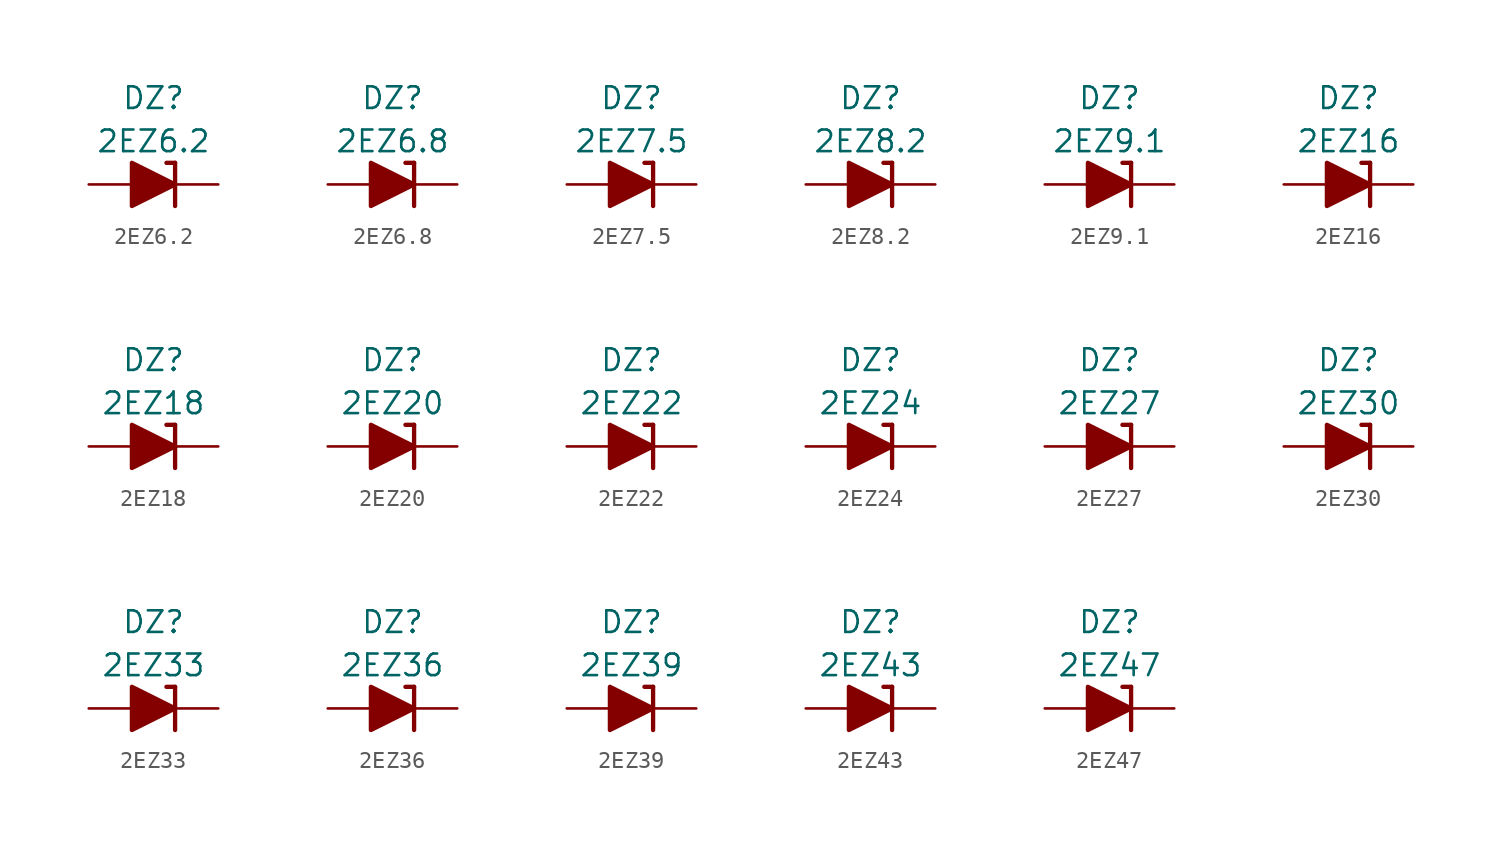
<source format=kicad_sym>
(kicad_symbol_lib
  (version 20201005)
  (generator kicad_symbol_editor)
  (symbol "Diode_Zener_AKL:2EZ6.2"
    (pin_numbers hide)
    (pin_names
      (offset 1.016) hide)
    (property "Reference" "DZ"
      (at 0 5.08 0)
      (effects (font (size 1.27 1.27))))
    (property "Value" "2EZ6.2"
      (at 0 2.54 0)
      (effects (font (size 1.27 1.27))))
    (symbol "2EZ6.2_0_1"
      (polyline (pts (xy -1.27 0) (xy 1.27 0)) (stroke (width 0)) (fill (type none)))
      (polyline (pts (xy 1.27 1.27) (xy 0.762 1.27)) (stroke (width 0.254)) (fill (type none)))
      (polyline (pts (xy 1.27 1.27) (xy 1.27 -1.27)) (stroke (width 0.254)) (fill (type none)))
      (polyline (pts (xy -1.27 -1.27) (xy -1.27 1.27) (xy 1.27 0) (xy -1.27 -1.27)) (stroke (width 0.254)) (fill (type outline))))
    (symbol "2EZ6.2_1_1"
      (pin passive line (at 3.81 0 180) (length 2.54) (name "K" (effects (font (size 1.27 1.27)))) (number "1" (effects (font (size 1.27 1.27)))))
      (pin passive line (at -3.81 0 0) (length 2.54) (name "A" (effects (font (size 1.27 1.27)))) (number "2" (effects (font (size 1.27 1.27)))))))
  (symbol "Diode_Zener_AKL:2EZ6.8"
    (pin_numbers hide)
    (pin_names
      (offset 1.016) hide)
    (property "Reference" "DZ"
      (at 0 5.08 0)
      (effects (font (size 1.27 1.27))))
    (property "Value" "2EZ6.8"
      (at 0 2.54 0)
      (effects (font (size 1.27 1.27))))
    (symbol "2EZ6.8_0_1"
      (polyline (pts (xy -1.27 0) (xy 1.27 0)) (stroke (width 0)) (fill (type none)))
      (polyline (pts (xy 1.27 1.27) (xy 0.762 1.27)) (stroke (width 0.254)) (fill (type none)))
      (polyline (pts (xy 1.27 1.27) (xy 1.27 -1.27)) (stroke (width 0.254)) (fill (type none)))
      (polyline (pts (xy -1.27 -1.27) (xy -1.27 1.27) (xy 1.27 0) (xy -1.27 -1.27)) (stroke (width 0.254)) (fill (type outline))))
    (symbol "2EZ6.8_1_1"
      (pin passive line (at 3.81 0 180) (length 2.54) (name "K" (effects (font (size 1.27 1.27)))) (number "1" (effects (font (size 1.27 1.27)))))
      (pin passive line (at -3.81 0 0) (length 2.54) (name "A" (effects (font (size 1.27 1.27)))) (number "2" (effects (font (size 1.27 1.27)))))))
  (symbol "Diode_Zener_AKL:2EZ7.5"
    (pin_numbers hide)
    (pin_names
      (offset 1.016) hide)
    (property "Reference" "DZ"
      (at 0 5.08 0)
      (effects (font (size 1.27 1.27))))
    (property "Value" "2EZ7.5"
      (at 0 2.54 0)
      (effects (font (size 1.27 1.27))))
    (symbol "2EZ7.5_0_1"
      (polyline (pts (xy -1.27 0) (xy 1.27 0)) (stroke (width 0)) (fill (type none)))
      (polyline (pts (xy 1.27 1.27) (xy 0.762 1.27)) (stroke (width 0.254)) (fill (type none)))
      (polyline (pts (xy 1.27 1.27) (xy 1.27 -1.27)) (stroke (width 0.254)) (fill (type none)))
      (polyline (pts (xy -1.27 -1.27) (xy -1.27 1.27) (xy 1.27 0) (xy -1.27 -1.27)) (stroke (width 0.254)) (fill (type outline))))
    (symbol "2EZ7.5_1_1"
      (pin passive line (at 3.81 0 180) (length 2.54) (name "K" (effects (font (size 1.27 1.27)))) (number "1" (effects (font (size 1.27 1.27)))))
      (pin passive line (at -3.81 0 0) (length 2.54) (name "A" (effects (font (size 1.27 1.27)))) (number "2" (effects (font (size 1.27 1.27)))))))
  (symbol "Diode_Zener_AKL:2EZ8.2"
    (pin_numbers hide)
    (pin_names
      (offset 1.016) hide)
    (property "Reference" "DZ"
      (at 0 5.08 0)
      (effects (font (size 1.27 1.27))))
    (property "Value" "2EZ8.2"
      (at 0 2.54 0)
      (effects (font (size 1.27 1.27))))
    (symbol "2EZ8.2_0_1"
      (polyline (pts (xy -1.27 0) (xy 1.27 0)) (stroke (width 0)) (fill (type none)))
      (polyline (pts (xy 1.27 1.27) (xy 0.762 1.27)) (stroke (width 0.254)) (fill (type none)))
      (polyline (pts (xy 1.27 1.27) (xy 1.27 -1.27)) (stroke (width 0.254)) (fill (type none)))
      (polyline (pts (xy -1.27 -1.27) (xy -1.27 1.27) (xy 1.27 0) (xy -1.27 -1.27)) (stroke (width 0.254)) (fill (type outline))))
    (symbol "2EZ8.2_1_1"
      (pin passive line (at 3.81 0 180) (length 2.54) (name "K" (effects (font (size 1.27 1.27)))) (number "1" (effects (font (size 1.27 1.27)))))
      (pin passive line (at -3.81 0 0) (length 2.54) (name "A" (effects (font (size 1.27 1.27)))) (number "2" (effects (font (size 1.27 1.27)))))))
  (symbol "Diode_Zener_AKL:2EZ9.1"
    (pin_numbers hide)
    (pin_names
      (offset 1.016) hide)
    (property "Reference" "DZ"
      (at 0 5.08 0)
      (effects (font (size 1.27 1.27))))
    (property "Value" "2EZ9.1"
      (at 0 2.54 0)
      (effects (font (size 1.27 1.27))))
    (symbol "2EZ9.1_0_1"
      (polyline (pts (xy -1.27 0) (xy 1.27 0)) (stroke (width 0)) (fill (type none)))
      (polyline (pts (xy 1.27 1.27) (xy 0.762 1.27)) (stroke (width 0.254)) (fill (type none)))
      (polyline (pts (xy 1.27 1.27) (xy 1.27 -1.27)) (stroke (width 0.254)) (fill (type none)))
      (polyline (pts (xy -1.27 -1.27) (xy -1.27 1.27) (xy 1.27 0) (xy -1.27 -1.27)) (stroke (width 0.254)) (fill (type outline))))
    (symbol "2EZ9.1_1_1"
      (pin passive line (at 3.81 0 180) (length 2.54) (name "K" (effects (font (size 1.27 1.27)))) (number "1" (effects (font (size 1.27 1.27)))))
      (pin passive line (at -3.81 0 0) (length 2.54) (name "A" (effects (font (size 1.27 1.27)))) (number "2" (effects (font (size 1.27 1.27)))))))
  (symbol "Diode_Zener_AKL:2EZ16"
    (pin_numbers hide)
    (pin_names
      (offset 1.016) hide)
    (property "Reference" "DZ"
      (at 0 5.08 0)
      (effects (font (size 1.27 1.27))))
    (property "Value" "2EZ16"
      (at 0 2.54 0)
      (effects (font (size 1.27 1.27))))
    (symbol "2EZ16_0_1"
      (polyline (pts (xy -1.27 0) (xy 1.27 0)) (stroke (width 0)) (fill (type none)))
      (polyline (pts (xy 1.27 1.27) (xy 0.762 1.27)) (stroke (width 0.254)) (fill (type none)))
      (polyline (pts (xy 1.27 1.27) (xy 1.27 -1.27)) (stroke (width 0.254)) (fill (type none)))
      (polyline (pts (xy -1.27 -1.27) (xy -1.27 1.27) (xy 1.27 0) (xy -1.27 -1.27)) (stroke (width 0.254)) (fill (type outline))))
    (symbol "2EZ16_1_1"
      (pin passive line (at 3.81 0 180) (length 2.54) (name "K" (effects (font (size 1.27 1.27)))) (number "1" (effects (font (size 1.27 1.27)))))
      (pin passive line (at -3.81 0 0) (length 2.54) (name "A" (effects (font (size 1.27 1.27)))) (number "2" (effects (font (size 1.27 1.27)))))))
  (symbol "Diode_Zener_AKL:2EZ18"
    (pin_numbers hide)
    (pin_names
      (offset 1.016) hide)
    (property "Reference" "DZ"
      (at 0 5.08 0)
      (effects (font (size 1.27 1.27))))
    (property "Value" "2EZ18"
      (at 0 2.54 0)
      (effects (font (size 1.27 1.27))))
    (symbol "2EZ18_0_1"
      (polyline (pts (xy -1.27 0) (xy 1.27 0)) (stroke (width 0)) (fill (type none)))
      (polyline (pts (xy 1.27 1.27) (xy 0.762 1.27)) (stroke (width 0.254)) (fill (type none)))
      (polyline (pts (xy 1.27 1.27) (xy 1.27 -1.27)) (stroke (width 0.254)) (fill (type none)))
      (polyline (pts (xy -1.27 -1.27) (xy -1.27 1.27) (xy 1.27 0) (xy -1.27 -1.27)) (stroke (width 0.254)) (fill (type outline))))
    (symbol "2EZ18_1_1"
      (pin passive line (at 3.81 0 180) (length 2.54) (name "K" (effects (font (size 1.27 1.27)))) (number "1" (effects (font (size 1.27 1.27)))))
      (pin passive line (at -3.81 0 0) (length 2.54) (name "A" (effects (font (size 1.27 1.27)))) (number "2" (effects (font (size 1.27 1.27)))))))
  (symbol "Diode_Zener_AKL:2EZ20"
    (pin_numbers hide)
    (pin_names
      (offset 1.016) hide)
    (property "Reference" "DZ"
      (at 0 5.08 0)
      (effects (font (size 1.27 1.27))))
    (property "Value" "2EZ20"
      (at 0 2.54 0)
      (effects (font (size 1.27 1.27))))
    (symbol "2EZ20_0_1"
      (polyline (pts (xy -1.27 0) (xy 1.27 0)) (stroke (width 0)) (fill (type none)))
      (polyline (pts (xy 1.27 1.27) (xy 0.762 1.27)) (stroke (width 0.254)) (fill (type none)))
      (polyline (pts (xy 1.27 1.27) (xy 1.27 -1.27)) (stroke (width 0.254)) (fill (type none)))
      (polyline (pts (xy -1.27 -1.27) (xy -1.27 1.27) (xy 1.27 0) (xy -1.27 -1.27)) (stroke (width 0.254)) (fill (type outline))))
    (symbol "2EZ20_1_1"
      (pin passive line (at 3.81 0 180) (length 2.54) (name "K" (effects (font (size 1.27 1.27)))) (number "1" (effects (font (size 1.27 1.27)))))
      (pin passive line (at -3.81 0 0) (length 2.54) (name "A" (effects (font (size 1.27 1.27)))) (number "2" (effects (font (size 1.27 1.27)))))))
  (symbol "Diode_Zener_AKL:2EZ22"
    (pin_numbers hide)
    (pin_names
      (offset 1.016) hide)
    (property "Reference" "DZ"
      (at 0 5.08 0)
      (effects (font (size 1.27 1.27))))
    (property "Value" "2EZ22"
      (at 0 2.54 0)
      (effects (font (size 1.27 1.27))))
    (symbol "2EZ22_0_1"
      (polyline (pts (xy -1.27 0) (xy 1.27 0)) (stroke (width 0)) (fill (type none)))
      (polyline (pts (xy 1.27 1.27) (xy 0.762 1.27)) (stroke (width 0.254)) (fill (type none)))
      (polyline (pts (xy 1.27 1.27) (xy 1.27 -1.27)) (stroke (width 0.254)) (fill (type none)))
      (polyline (pts (xy -1.27 -1.27) (xy -1.27 1.27) (xy 1.27 0) (xy -1.27 -1.27)) (stroke (width 0.254)) (fill (type outline))))
    (symbol "2EZ22_1_1"
      (pin passive line (at 3.81 0 180) (length 2.54) (name "K" (effects (font (size 1.27 1.27)))) (number "1" (effects (font (size 1.27 1.27)))))
      (pin passive line (at -3.81 0 0) (length 2.54) (name "A" (effects (font (size 1.27 1.27)))) (number "2" (effects (font (size 1.27 1.27)))))))
  (symbol "Diode_Zener_AKL:2EZ24"
    (pin_numbers hide)
    (pin_names
      (offset 1.016) hide)
    (property "Reference" "DZ"
      (at 0 5.08 0)
      (effects (font (size 1.27 1.27))))
    (property "Value" "2EZ24"
      (at 0 2.54 0)
      (effects (font (size 1.27 1.27))))
    (symbol "2EZ24_0_1"
      (polyline (pts (xy -1.27 0) (xy 1.27 0)) (stroke (width 0)) (fill (type none)))
      (polyline (pts (xy 1.27 1.27) (xy 0.762 1.27)) (stroke (width 0.254)) (fill (type none)))
      (polyline (pts (xy 1.27 1.27) (xy 1.27 -1.27)) (stroke (width 0.254)) (fill (type none)))
      (polyline (pts (xy -1.27 -1.27) (xy -1.27 1.27) (xy 1.27 0) (xy -1.27 -1.27)) (stroke (width 0.254)) (fill (type outline))))
    (symbol "2EZ24_1_1"
      (pin passive line (at 3.81 0 180) (length 2.54) (name "K" (effects (font (size 1.27 1.27)))) (number "1" (effects (font (size 1.27 1.27)))))
      (pin passive line (at -3.81 0 0) (length 2.54) (name "A" (effects (font (size 1.27 1.27)))) (number "2" (effects (font (size 1.27 1.27)))))))
  (symbol "Diode_Zener_AKL:2EZ27"
    (pin_numbers hide)
    (pin_names
      (offset 1.016) hide)
    (property "Reference" "DZ"
      (at 0 5.08 0)
      (effects (font (size 1.27 1.27))))
    (property "Value" "2EZ27"
      (at 0 2.54 0)
      (effects (font (size 1.27 1.27))))
    (symbol "2EZ27_0_1"
      (polyline (pts (xy -1.27 0) (xy 1.27 0)) (stroke (width 0)) (fill (type none)))
      (polyline (pts (xy 1.27 1.27) (xy 0.762 1.27)) (stroke (width 0.254)) (fill (type none)))
      (polyline (pts (xy 1.27 1.27) (xy 1.27 -1.27)) (stroke (width 0.254)) (fill (type none)))
      (polyline (pts (xy -1.27 -1.27) (xy -1.27 1.27) (xy 1.27 0) (xy -1.27 -1.27)) (stroke (width 0.254)) (fill (type outline))))
    (symbol "2EZ27_1_1"
      (pin passive line (at 3.81 0 180) (length 2.54) (name "K" (effects (font (size 1.27 1.27)))) (number "1" (effects (font (size 1.27 1.27)))))
      (pin passive line (at -3.81 0 0) (length 2.54) (name "A" (effects (font (size 1.27 1.27)))) (number "2" (effects (font (size 1.27 1.27)))))))
  (symbol "Diode_Zener_AKL:2EZ30"
    (pin_numbers hide)
    (pin_names
      (offset 1.016) hide)
    (property "Reference" "DZ"
      (at 0 5.08 0)
      (effects (font (size 1.27 1.27))))
    (property "Value" "2EZ30"
      (at 0 2.54 0)
      (effects (font (size 1.27 1.27))))
    (symbol "2EZ30_0_1"
      (polyline (pts (xy -1.27 0) (xy 1.27 0)) (stroke (width 0)) (fill (type none)))
      (polyline (pts (xy 1.27 1.27) (xy 0.762 1.27)) (stroke (width 0.254)) (fill (type none)))
      (polyline (pts (xy 1.27 1.27) (xy 1.27 -1.27)) (stroke (width 0.254)) (fill (type none)))
      (polyline (pts (xy -1.27 -1.27) (xy -1.27 1.27) (xy 1.27 0) (xy -1.27 -1.27)) (stroke (width 0.254)) (fill (type outline))))
    (symbol "2EZ30_1_1"
      (pin passive line (at 3.81 0 180) (length 2.54) (name "K" (effects (font (size 1.27 1.27)))) (number "1" (effects (font (size 1.27 1.27)))))
      (pin passive line (at -3.81 0 0) (length 2.54) (name "A" (effects (font (size 1.27 1.27)))) (number "2" (effects (font (size 1.27 1.27)))))))
  (symbol "Diode_Zener_AKL:2EZ33"
    (pin_numbers hide)
    (pin_names
      (offset 1.016) hide)
    (property "Reference" "DZ"
      (at 0 5.08 0)
      (effects (font (size 1.27 1.27))))
    (property "Value" "2EZ33"
      (at 0 2.54 0)
      (effects (font (size 1.27 1.27))))
    (symbol "2EZ33_0_1"
      (polyline (pts (xy -1.27 0) (xy 1.27 0)) (stroke (width 0)) (fill (type none)))
      (polyline (pts (xy 1.27 1.27) (xy 0.762 1.27)) (stroke (width 0.254)) (fill (type none)))
      (polyline (pts (xy 1.27 1.27) (xy 1.27 -1.27)) (stroke (width 0.254)) (fill (type none)))
      (polyline (pts (xy -1.27 -1.27) (xy -1.27 1.27) (xy 1.27 0) (xy -1.27 -1.27)) (stroke (width 0.254)) (fill (type outline))))
    (symbol "2EZ33_1_1"
      (pin passive line (at 3.81 0 180) (length 2.54) (name "K" (effects (font (size 1.27 1.27)))) (number "1" (effects (font (size 1.27 1.27)))))
      (pin passive line (at -3.81 0 0) (length 2.54) (name "A" (effects (font (size 1.27 1.27)))) (number "2" (effects (font (size 1.27 1.27)))))))
  (symbol "Diode_Zener_AKL:2EZ36"
    (pin_numbers hide)
    (pin_names
      (offset 1.016) hide)
    (property "Reference" "DZ"
      (at 0 5.08 0)
      (effects (font (size 1.27 1.27))))
    (property "Value" "2EZ36"
      (at 0 2.54 0)
      (effects (font (size 1.27 1.27))))
    (symbol "2EZ36_0_1"
      (polyline (pts (xy -1.27 0) (xy 1.27 0)) (stroke (width 0)) (fill (type none)))
      (polyline (pts (xy 1.27 1.27) (xy 0.762 1.27)) (stroke (width 0.254)) (fill (type none)))
      (polyline (pts (xy 1.27 1.27) (xy 1.27 -1.27)) (stroke (width 0.254)) (fill (type none)))
      (polyline (pts (xy -1.27 -1.27) (xy -1.27 1.27) (xy 1.27 0) (xy -1.27 -1.27)) (stroke (width 0.254)) (fill (type outline))))
    (symbol "2EZ36_1_1"
      (pin passive line (at 3.81 0 180) (length 2.54) (name "K" (effects (font (size 1.27 1.27)))) (number "1" (effects (font (size 1.27 1.27)))))
      (pin passive line (at -3.81 0 0) (length 2.54) (name "A" (effects (font (size 1.27 1.27)))) (number "2" (effects (font (size 1.27 1.27)))))))
  (symbol "Diode_Zener_AKL:2EZ39"
    (pin_numbers hide)
    (pin_names
      (offset 1.016) hide)
    (property "Reference" "DZ"
      (at 0 5.08 0)
      (effects (font (size 1.27 1.27))))
    (property "Value" "2EZ39"
      (at 0 2.54 0)
      (effects (font (size 1.27 1.27))))
    (symbol "2EZ39_0_1"
      (polyline (pts (xy -1.27 0) (xy 1.27 0)) (stroke (width 0)) (fill (type none)))
      (polyline (pts (xy 1.27 1.27) (xy 0.762 1.27)) (stroke (width 0.254)) (fill (type none)))
      (polyline (pts (xy 1.27 1.27) (xy 1.27 -1.27)) (stroke (width 0.254)) (fill (type none)))
      (polyline (pts (xy -1.27 -1.27) (xy -1.27 1.27) (xy 1.27 0) (xy -1.27 -1.27)) (stroke (width 0.254)) (fill (type outline))))
    (symbol "2EZ39_1_1"
      (pin passive line (at 3.81 0 180) (length 2.54) (name "K" (effects (font (size 1.27 1.27)))) (number "1" (effects (font (size 1.27 1.27)))))
      (pin passive line (at -3.81 0 0) (length 2.54) (name "A" (effects (font (size 1.27 1.27)))) (number "2" (effects (font (size 1.27 1.27)))))))
  (symbol "Diode_Zener_AKL:2EZ43"
    (pin_numbers hide)
    (pin_names
      (offset 1.016) hide)
    (property "Reference" "DZ"
      (at 0 5.08 0)
      (effects (font (size 1.27 1.27))))
    (property "Value" "2EZ43"
      (at 0 2.54 0)
      (effects (font (size 1.27 1.27))))
    (symbol "2EZ43_0_1"
      (polyline (pts (xy -1.27 0) (xy 1.27 0)) (stroke (width 0)) (fill (type none)))
      (polyline (pts (xy 1.27 1.27) (xy 0.762 1.27)) (stroke (width 0.254)) (fill (type none)))
      (polyline (pts (xy 1.27 1.27) (xy 1.27 -1.27)) (stroke (width 0.254)) (fill (type none)))
      (polyline (pts (xy -1.27 -1.27) (xy -1.27 1.27) (xy 1.27 0) (xy -1.27 -1.27)) (stroke (width 0.254)) (fill (type outline))))
    (symbol "2EZ43_1_1"
      (pin passive line (at 3.81 0 180) (length 2.54) (name "K" (effects (font (size 1.27 1.27)))) (number "1" (effects (font (size 1.27 1.27)))))
      (pin passive line (at -3.81 0 0) (length 2.54) (name "A" (effects (font (size 1.27 1.27)))) (number "2" (effects (font (size 1.27 1.27)))))))
  (symbol "Diode_Zener_AKL:2EZ47"
    (pin_numbers hide)
    (pin_names
      (offset 1.016) hide)
    (property "Reference" "DZ"
      (at 0 5.08 0)
      (effects (font (size 1.27 1.27))))
    (property "Value" "2EZ47"
      (at 0 2.54 0)
      (effects (font (size 1.27 1.27))))
    (symbol "2EZ47_0_1"
      (polyline (pts (xy -1.27 0) (xy 1.27 0)) (stroke (width 0)) (fill (type none)))
      (polyline (pts (xy 1.27 1.27) (xy 0.762 1.27)) (stroke (width 0.254)) (fill (type none)))
      (polyline (pts (xy 1.27 1.27) (xy 1.27 -1.27)) (stroke (width 0.254)) (fill (type none)))
      (polyline (pts (xy -1.27 -1.27) (xy -1.27 1.27) (xy 1.27 0) (xy -1.27 -1.27)) (stroke (width 0.254)) (fill (type outline))))
    (symbol "2EZ47_1_1"
      (pin passive line (at 3.81 0 180) (length 2.54) (name "K" (effects (font (size 1.27 1.27)))) (number "1" (effects (font (size 1.27 1.27)))))
      (pin passive line (at -3.81 0 0) (length 2.54) (name "A" (effects (font (size 1.27 1.27)))) (number "2" (effects (font (size 1.27 1.27))))))))
</source>
